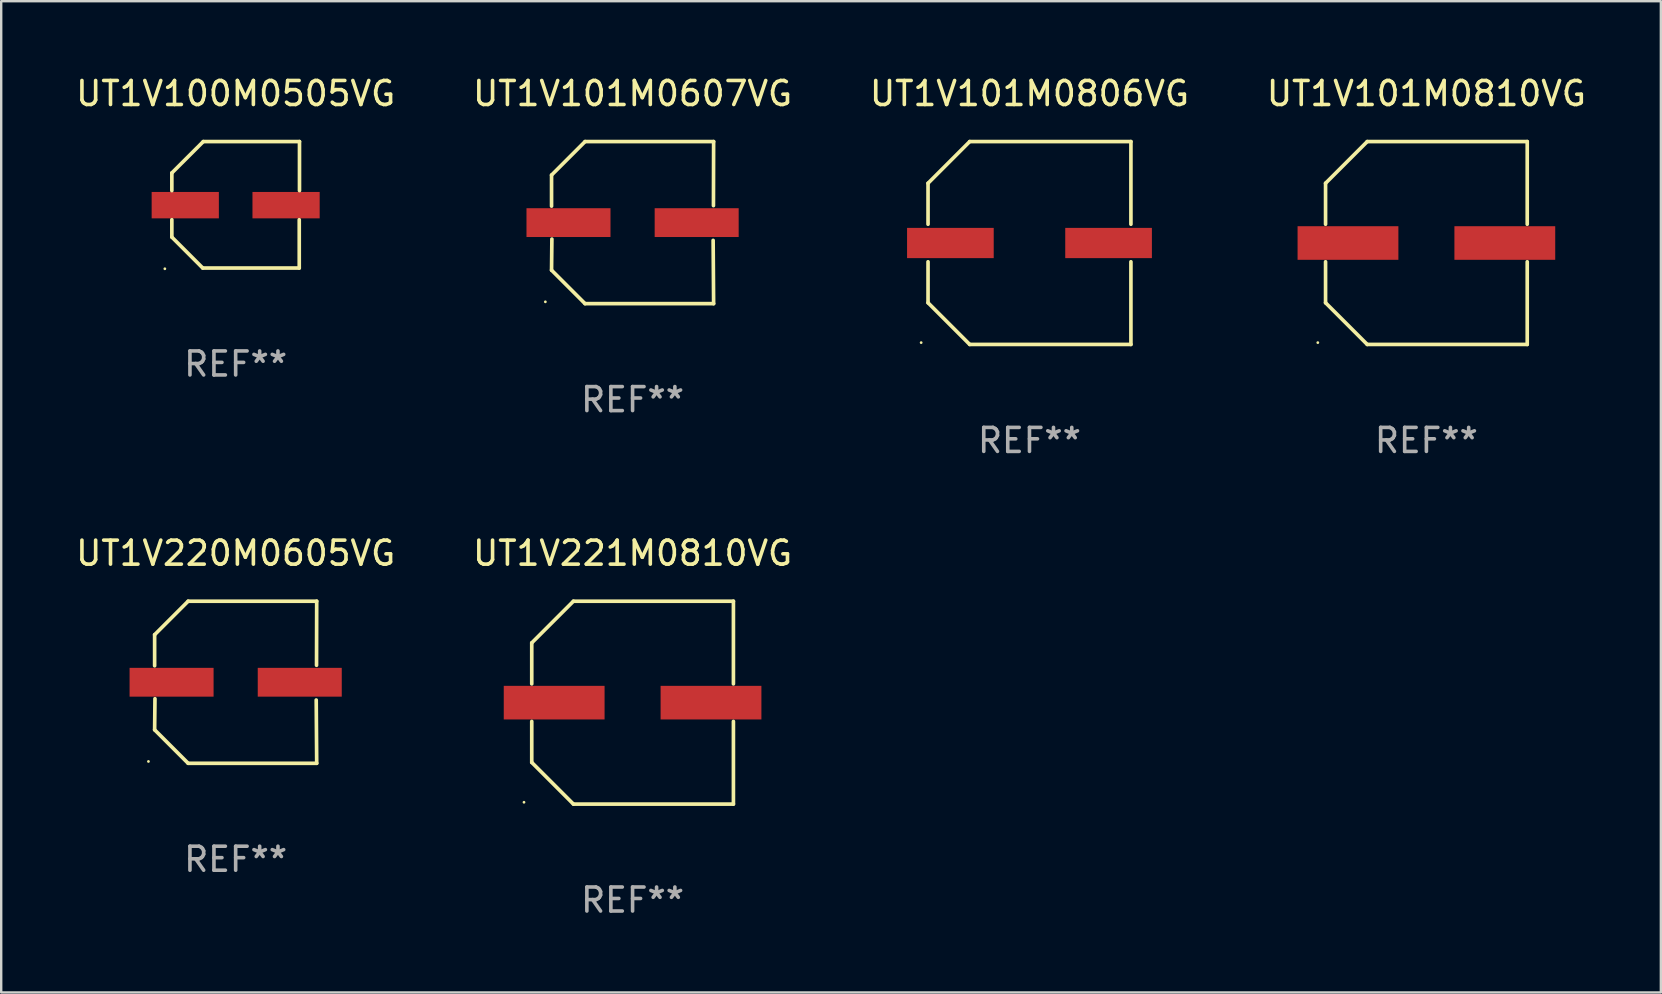
<source format=kicad_pcb>
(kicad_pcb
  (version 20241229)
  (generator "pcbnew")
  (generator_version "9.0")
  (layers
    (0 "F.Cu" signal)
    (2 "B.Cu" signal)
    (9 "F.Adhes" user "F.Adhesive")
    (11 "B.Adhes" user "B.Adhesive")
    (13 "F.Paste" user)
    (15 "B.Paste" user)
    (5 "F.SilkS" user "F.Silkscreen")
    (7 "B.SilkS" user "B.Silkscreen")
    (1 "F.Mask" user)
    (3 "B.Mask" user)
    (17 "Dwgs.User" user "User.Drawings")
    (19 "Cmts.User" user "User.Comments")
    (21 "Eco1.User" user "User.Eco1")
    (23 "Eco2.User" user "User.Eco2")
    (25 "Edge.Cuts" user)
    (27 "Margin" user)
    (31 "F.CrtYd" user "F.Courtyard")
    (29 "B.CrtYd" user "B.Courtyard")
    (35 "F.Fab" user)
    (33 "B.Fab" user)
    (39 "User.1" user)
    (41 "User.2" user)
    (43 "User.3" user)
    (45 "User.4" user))
  (footprint "UT1V221M0810VG"
    (layer "F.Cu")
    (at 23.304 26.223)
    (property "Reference" "UT1V221M0810VG" (at 0 -6.226 0) (layer "F.SilkS") (effects (font (size 1 1) (thickness 0.15))))
    (attr through_hole)
    (fp_line (start -4.201 -2.49) (end -4.201 -0.782) (stroke (width 0.152) (type solid)) (layer "F.SilkS"))
    (fp_line (start -4.201 2.49) (end -4.201 0.782) (stroke (width 0.152) (type solid)) (layer "F.SilkS"))
    (fp_line (start -2.465 -4.226) (end -4.201 -2.49) (stroke (width 0.152) (type solid)) (layer "F.SilkS"))
    (fp_line (start -2.465 4.226) (end -4.201 2.49) (stroke (width 0.152) (type solid)) (layer "F.SilkS"))
    (fp_line (start 4.201 -4.226) (end -2.465 -4.226) (stroke (width 0.152) (type solid)) (layer "F.SilkS"))
    (fp_line (start 4.201 -0.782) (end 4.201 -4.226) (stroke (width 0.152) (type solid)) (layer "F.SilkS"))
    (fp_line (start 4.201 0.782) (end 4.201 4.226) (stroke (width 0.152) (type solid)) (layer "F.SilkS"))
    (fp_line (start 4.201 4.226) (end -2.465 4.226) (stroke (width 0.152) (type solid)) (layer "F.SilkS"))
    (fp_circle (center -4.524 4.15) (end -4.494 4.15) (stroke (width 0.06) (type solid)) (fill no) (layer "F.SilkS"))
    (fp_text user "REF**" (at 0 8.226 0) (layer "F.Fab") (effects (font (size 1 1) (thickness 0.15))))
    (pad "1" smd rect (at -3.267 0) (size 4.2 1.4) (layers "F.Cu" "F.Mask" "F.Paste"))
    (pad "2" smd rect (at 3.267 0) (size 4.2 1.4) (layers "F.Cu" "F.Mask" "F.Paste")))
  (footprint "UT1V100M0505VG"
    (layer "F.Cu")
    (at 6.768 5.482)
    (property "Reference" "UT1V100M0505VG" (at 0 -4.634 0) (layer "F.SilkS") (effects (font (size 1 1) (thickness 0.15))))
    (attr through_hole)
    (fp_line (start -2.659 -1.326) (end -2.659 -0.592) (stroke (width 0.152) (type solid)) (layer "F.SilkS"))
    (fp_line (start -2.659 1.346) (end -2.659 0.622) (stroke (width 0.152) (type solid)) (layer "F.SilkS"))
    (fp_line (start -1.372 2.634) (end -2.659 1.346) (stroke (width 0.152) (type solid)) (layer "F.SilkS"))
    (fp_line (start -1.349 -2.634) (end -2.659 -1.326) (stroke (width 0.152) (type solid)) (layer "F.SilkS"))
    (fp_line (start 2.649 0.622) (end 2.649 2.634) (stroke (width 0.152) (type solid)) (layer "F.SilkS"))
    (fp_line (start 2.649 2.634) (end -1.372 2.634) (stroke (width 0.152) (type solid)) (layer "F.SilkS"))
    (fp_line (start 2.659 -2.634) (end -1.349 -2.634) (stroke (width 0.152) (type solid)) (layer "F.SilkS"))
    (fp_line (start 2.659 -0.592) (end 2.659 -2.634) (stroke (width 0.152) (type solid)) (layer "F.SilkS"))
    (fp_circle (center -2.95 2.665) (end -2.92 2.665) (stroke (width 0.06) (type solid)) (fill no) (layer "F.SilkS"))
    (fp_text user "REF**" (at 0 6.634 0) (layer "F.Fab") (effects (font (size 1 1) (thickness 0.15))))
    (pad "1" smd rect (at -2.1 0.015) (size 2.8 1.1) (layers "F.Cu" "F.Mask" "F.Paste"))
    (pad "2" smd rect (at 2.1 0.015) (size 2.8 1.1) (layers "F.Cu" "F.Mask" "F.Paste")))
  (footprint "UT1V101M0810VG"
    (layer "F.Cu")
    (at 56.375 7.074)
    (property "Reference" "UT1V101M0810VG" (at 0 -6.226 0) (layer "F.SilkS") (effects (font (size 1 1) (thickness 0.15))))
    (attr through_hole)
    (fp_line (start -4.201 -2.49) (end -4.201 -0.782) (stroke (width 0.152) (type solid)) (layer "F.SilkS"))
    (fp_line (start -4.201 2.49) (end -4.201 0.782) (stroke (width 0.152) (type solid)) (layer "F.SilkS"))
    (fp_line (start -2.465 -4.226) (end -4.201 -2.49) (stroke (width 0.152) (type solid)) (layer "F.SilkS"))
    (fp_line (start -2.465 4.226) (end -4.201 2.49) (stroke (width 0.152) (type solid)) (layer "F.SilkS"))
    (fp_line (start 4.201 -4.226) (end -2.465 -4.226) (stroke (width 0.152) (type solid)) (layer "F.SilkS"))
    (fp_line (start 4.201 -0.782) (end 4.201 -4.226) (stroke (width 0.152) (type solid)) (layer "F.SilkS"))
    (fp_line (start 4.201 0.782) (end 4.201 4.226) (stroke (width 0.152) (type solid)) (layer "F.SilkS"))
    (fp_line (start 4.201 4.226) (end -2.465 4.226) (stroke (width 0.152) (type solid)) (layer "F.SilkS"))
    (fp_circle (center -4.524 4.15) (end -4.494 4.15) (stroke (width 0.06) (type solid)) (fill no) (layer "F.SilkS"))
    (fp_text user "REF**" (at 0 8.226 0) (layer "F.Fab") (effects (font (size 1 1) (thickness 0.15))))
    (pad "1" smd rect (at -3.267 0) (size 4.2 1.4) (layers "F.Cu" "F.Mask" "F.Paste"))
    (pad "2" smd rect (at 3.267 0) (size 4.2 1.4) (layers "F.Cu" "F.Mask" "F.Paste")))
  (footprint "UT1V220M0605VG"
    (layer "F.Cu")
    (at 6.768 25.373)
    (property "Reference" "UT1V220M0605VG" (at 0 -5.376 0) (layer "F.SilkS") (effects (font (size 1 1) (thickness 0.15))))
    (attr through_hole)
    (fp_line (start -3.376 -1.98) (end -3.376 -0.686) (stroke (width 0.152) (type solid)) (layer "F.SilkS"))
    (fp_line (start -3.376 1.981) (end -3.362 0.686) (stroke (width 0.152) (type solid)) (layer "F.SilkS"))
    (fp_line (start -1.981 3.376) (end -3.376 1.981) (stroke (width 0.152) (type solid)) (layer "F.SilkS"))
    (fp_line (start -1.98 -3.376) (end -3.376 -1.98) (stroke (width 0.152) (type solid)) (layer "F.SilkS"))
    (fp_line (start 3.356 0.74) (end 3.376 3.376) (stroke (width 0.152) (type solid)) (layer "F.SilkS"))
    (fp_line (start 3.369 -0.707) (end 3.376 -3.376) (stroke (width 0.152) (type solid)) (layer "F.SilkS"))
    (fp_line (start 3.376 3.376) (end -1.981 3.376) (stroke (width 0.152) (type solid)) (layer "F.SilkS"))
    (fp_line (start 3.376 -3.376) (end -1.98 -3.376) (stroke (width 0.152) (type solid)) (layer "F.SilkS"))
    (fp_circle (center -3.634 3.3) (end -3.604 3.3) (stroke (width 0.06) (type solid)) (fill no) (layer "F.SilkS"))
    (fp_text user "REF**" (at 0 7.376 0) (layer "F.Fab") (effects (font (size 1 1) (thickness 0.15))))
    (pad "1" smd rect (at -2.67 0.000254) (size 3.5 1.2) (layers "F.Cu" "F.Mask" "F.Paste"))
    (pad "2" smd rect (at 2.67 0.000254) (size 3.5 1.2) (layers "F.Cu" "F.Mask" "F.Paste")))
  (footprint "UT1V101M0806VG"
    (layer "F.Cu")
    (at 39.839 7.074)
    (property "Reference" "UT1V101M0806VG" (at 0 -6.226 0) (layer "F.SilkS") (effects (font (size 1 1) (thickness 0.15))))
    (attr through_hole)
    (fp_line (start -4.226 -2.49) (end -4.226 -0.782) (stroke (width 0.152) (type solid)) (layer "F.SilkS"))
    (fp_line (start -4.226 2.49) (end -4.226 0.782) (stroke (width 0.152) (type solid)) (layer "F.SilkS"))
    (fp_line (start -2.49 -4.226) (end -4.226 -2.49) (stroke (width 0.152) (type solid)) (layer "F.SilkS"))
    (fp_line (start -2.49 4.226) (end -4.226 2.49) (stroke (width 0.152) (type solid)) (layer "F.SilkS"))
    (fp_line (start 4.226 -4.226) (end -2.49 -4.226) (stroke (width 0.152) (type solid)) (layer "F.SilkS"))
    (fp_line (start 4.226 -0.782) (end 4.226 -4.226) (stroke (width 0.152) (type solid)) (layer "F.SilkS"))
    (fp_line (start 4.226 0.782) (end 4.226 4.226) (stroke (width 0.152) (type solid)) (layer "F.SilkS"))
    (fp_line (start 4.226 4.226) (end -2.49 4.226) (stroke (width 0.152) (type solid)) (layer "F.SilkS"))
    (fp_circle (center -4.513 4.15) (end -4.483 4.15) (stroke (width 0.06) (type solid)) (fill no) (layer "F.SilkS"))
    (fp_text user "REF**" (at 0 8.226 0) (layer "F.Fab") (effects (font (size 1 1) (thickness 0.15))))
    (pad "1" smd rect (at -3.295 -0.000076 180) (size 3.61 1.26) (layers "F.Cu" "F.Mask" "F.Paste"))
    (pad "2" smd rect (at 3.295 -0.000076 180) (size 3.61 1.26) (layers "F.Cu" "F.Mask" "F.Paste")))
  (footprint "UT1V101M0607VG"
    (layer "F.Cu")
    (at 23.304 6.224)
    (property "Reference" "UT1V101M0607VG" (at 0 -5.376 0) (layer "F.SilkS") (effects (font (size 1 1) (thickness 0.15))))
    (attr through_hole)
    (fp_line (start -3.376 -1.98) (end -3.376 -0.686) (stroke (width 0.152) (type solid)) (layer "F.SilkS"))
    (fp_line (start -3.376 1.981) (end -3.362 0.686) (stroke (width 0.152) (type solid)) (layer "F.SilkS"))
    (fp_line (start -1.981 3.376) (end -3.376 1.981) (stroke (width 0.152) (type solid)) (layer "F.SilkS"))
    (fp_line (start -1.98 -3.376) (end -3.376 -1.98) (stroke (width 0.152) (type solid)) (layer "F.SilkS"))
    (fp_line (start 3.356 0.74) (end 3.376 3.376) (stroke (width 0.152) (type solid)) (layer "F.SilkS"))
    (fp_line (start 3.369 -0.707) (end 3.376 -3.376) (stroke (width 0.152) (type solid)) (layer "F.SilkS"))
    (fp_line (start 3.376 3.376) (end -1.981 3.376) (stroke (width 0.152) (type solid)) (layer "F.SilkS"))
    (fp_line (start 3.376 -3.376) (end -1.98 -3.376) (stroke (width 0.152) (type solid)) (layer "F.SilkS"))
    (fp_circle (center -3.634 3.3) (end -3.604 3.3) (stroke (width 0.06) (type solid)) (fill no) (layer "F.SilkS"))
    (fp_text user "REF**" (at 0 7.376 0) (layer "F.Fab") (effects (font (size 1 1) (thickness 0.15))))
    (pad "1" smd rect (at -2.67 0.000254) (size 3.5 1.2) (layers "F.Cu" "F.Mask" "F.Paste"))
    (pad "2" smd rect (at 2.67 0.000254) (size 3.5 1.2) (layers "F.Cu" "F.Mask" "F.Paste")))
  (gr_rect
    (start -3 -3)
    (end 66.143 38.298)
    (stroke (width 0.1) (type default))
    (fill no)
    (layer "Edge.Cuts")))
</source>
